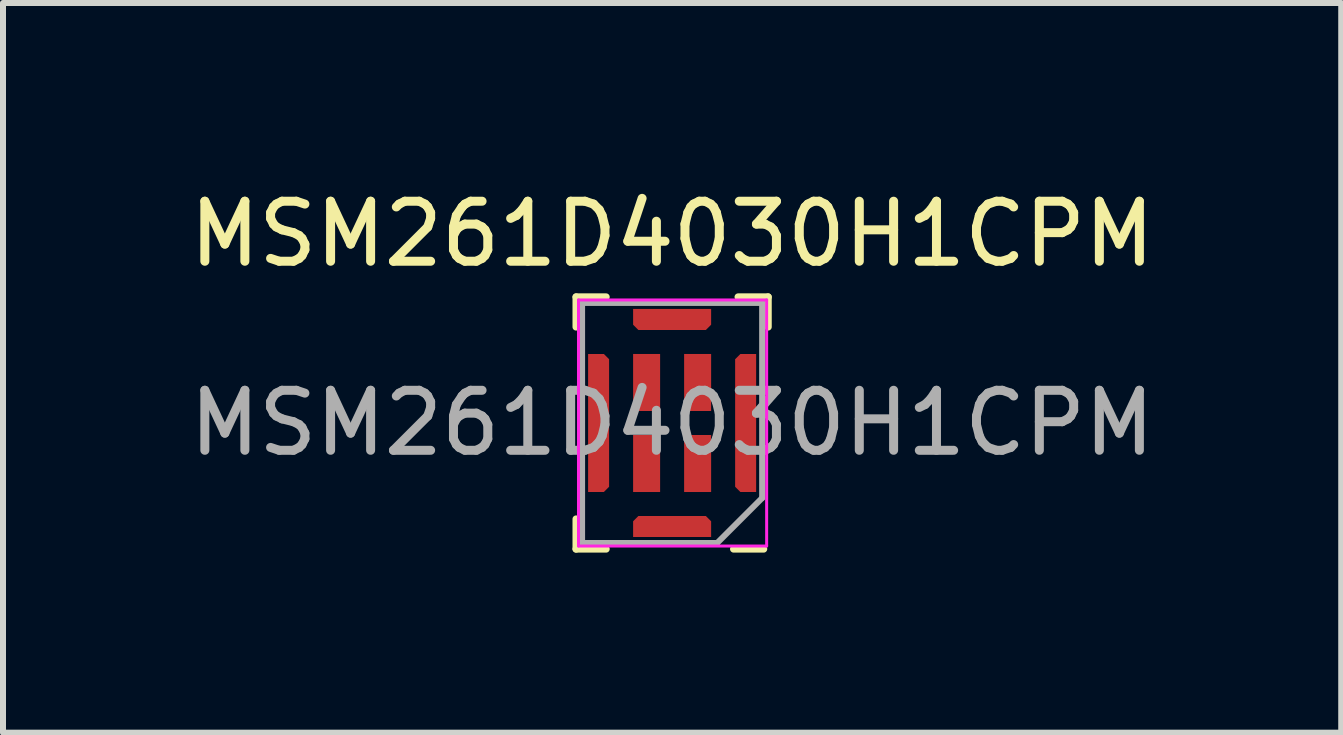
<source format=kicad_pcb>
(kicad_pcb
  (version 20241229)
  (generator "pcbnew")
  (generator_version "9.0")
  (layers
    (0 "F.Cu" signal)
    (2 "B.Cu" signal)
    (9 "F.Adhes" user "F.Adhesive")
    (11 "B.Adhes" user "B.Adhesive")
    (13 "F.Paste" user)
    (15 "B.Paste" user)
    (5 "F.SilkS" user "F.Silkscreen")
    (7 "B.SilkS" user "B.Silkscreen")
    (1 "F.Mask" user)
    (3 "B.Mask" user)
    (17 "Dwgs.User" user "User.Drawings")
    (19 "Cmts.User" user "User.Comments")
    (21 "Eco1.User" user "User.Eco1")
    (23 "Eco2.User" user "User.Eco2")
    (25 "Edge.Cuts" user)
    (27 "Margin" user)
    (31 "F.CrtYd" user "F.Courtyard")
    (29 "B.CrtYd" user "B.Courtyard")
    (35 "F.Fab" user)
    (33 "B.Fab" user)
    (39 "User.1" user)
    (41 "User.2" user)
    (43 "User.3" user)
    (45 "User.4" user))
  (footprint "MSM261D4030H1CPM"
    (layer "F.Cu")
    (at 8.149 3.998)
    (property "Reference" "MSM261D4030H1CPM" (at 0 -3.15 0) (unlocked yes) (layer "F.SilkS") (effects (font (size 1 1) (thickness 0.15))))
    (attr smd)
    (fp_line (start -1.6 -1.6) (end -1.6 -2.1) (stroke (width 0.12) (type solid)) (layer "F.SilkS"))
    (fp_line (start -1.6 1.6) (end -1.6 2.1) (stroke (width 0.12) (type solid)) (layer "F.SilkS"))
    (fp_line (start -1.1 -2.1) (end -1.6 -2.1) (stroke (width 0.12) (type solid)) (layer "F.SilkS"))
    (fp_line (start -1.1 2.1) (end -1.6 2.1) (stroke (width 0.12) (type solid)) (layer "F.SilkS"))
    (fp_line (start 1.1 -2.1) (end 1.6 -2.1) (stroke (width 0.12) (type solid)) (layer "F.SilkS"))
    (fp_line (start 1.525 2.1) (end 1.025 2.1) (stroke (width 0.12) (type solid)) (layer "F.SilkS"))
    (fp_line (start 1.6 -1.6) (end 1.6 -2.1) (stroke (width 0.12) (type solid)) (layer "F.SilkS"))
    (fp_line (start -1.56 -2.05) (end 1.575 -2.05) (stroke (width 0.05) (type solid)) (layer "F.CrtYd"))
    (fp_line (start -1.56 2.05) (end -1.56 -2.05) (stroke (width 0.05) (type solid)) (layer "F.CrtYd"))
    (fp_line (start 1.575 -2.05) (end 1.575 2.05) (stroke (width 0.05) (type solid)) (layer "F.CrtYd"))
    (fp_line (start 1.575 2.05) (end -1.56 2.05) (stroke (width 0.05) (type solid)) (layer "F.CrtYd"))
    (fp_line (start -1.5 -2) (end 1.5 -2) (stroke (width 0.1) (type solid)) (layer "F.Fab"))
    (fp_line (start -1.5 2) (end -1.5 -2) (stroke (width 0.1) (type solid)) (layer "F.Fab"))
    (fp_line (start 0.75 2) (end -1.5 2) (stroke (width 0.1) (type solid)) (layer "F.Fab"))
    (fp_line (start 0.75 2) (end 1.5 1.25) (stroke (width 0.1) (type solid)) (layer "F.Fab"))
    (fp_line (start 1.5 -2) (end 1.5 1.25) (stroke (width 0.1) (type solid)) (layer "F.Fab"))
    (fp_text user "${REFERENCE}" (at 0 0 0) (unlocked yes) (layer "F.Fab") (effects (font (size 1 1) (thickness 0.15))))
    (pad "1" smd rect (at 0.425 0.675) (size 0.45 0.95) (layers "F.Cu" "F.Mask" "F.Paste"))
    (pad "2" smd rect (at 0.425 -0.675) (size 0.45 0.95) (layers "F.Cu" "F.Mask" "F.Paste"))
    (pad "3" smd rect (at -0.425 -0.675) (size 0.45 0.95) (layers "F.Cu" "F.Mask" "F.Paste"))
    (pad "4" smd rect (at -0.425 0.675) (size 0.45 0.95) (layers "F.Cu" "F.Mask" "F.Paste"))
    (pad "5" smd roundrect (at -1.225 0 90) (size 2.3 0.35) (layers "F.Cu" "F.Mask" "F.Paste") (roundrect_rratio 0) (chamfer_ratio 0.25) (chamfer bottom_left bottom_right))
    (pad "5" smd roundrect (at 0 -1.725) (size 1.3 0.35) (layers "F.Cu" "F.Mask" "F.Paste") (roundrect_rratio 0) (chamfer_ratio 0.25) (chamfer bottom_left bottom_right))
    (pad "5" smd roundrect (at 0 1.725 180) (size 1.3 0.35) (layers "F.Cu" "F.Mask" "F.Paste") (roundrect_rratio 0) (chamfer_ratio 0.25) (chamfer bottom_left bottom_right))
    (pad "5" smd roundrect (at 1.225 0 270) (size 2.3 0.35) (layers "F.Cu" "F.Mask" "F.Paste") (roundrect_rratio 0) (chamfer_ratio 0.25) (chamfer bottom_left bottom_right)))
  (gr_rect
    (start -3 -3)
    (end 19.298 9.158)
    (stroke (width 0.1) (type default))
    (fill no)
    (layer "Edge.Cuts")))
</source>
